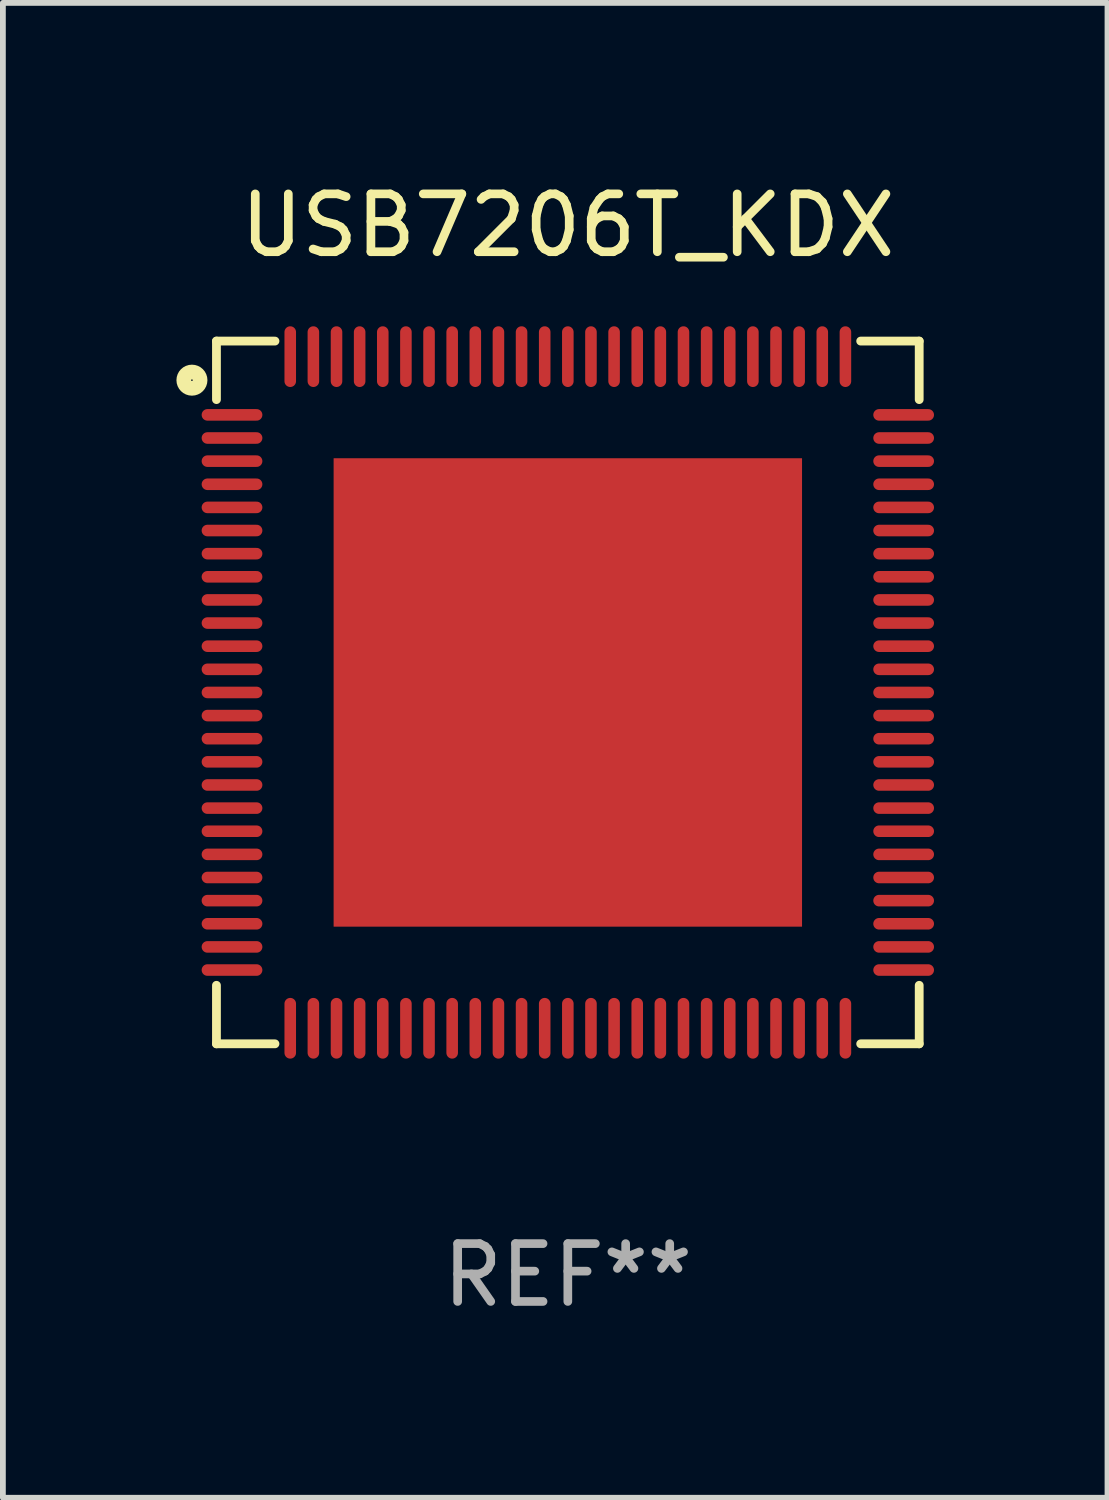
<source format=kicad_pcb>
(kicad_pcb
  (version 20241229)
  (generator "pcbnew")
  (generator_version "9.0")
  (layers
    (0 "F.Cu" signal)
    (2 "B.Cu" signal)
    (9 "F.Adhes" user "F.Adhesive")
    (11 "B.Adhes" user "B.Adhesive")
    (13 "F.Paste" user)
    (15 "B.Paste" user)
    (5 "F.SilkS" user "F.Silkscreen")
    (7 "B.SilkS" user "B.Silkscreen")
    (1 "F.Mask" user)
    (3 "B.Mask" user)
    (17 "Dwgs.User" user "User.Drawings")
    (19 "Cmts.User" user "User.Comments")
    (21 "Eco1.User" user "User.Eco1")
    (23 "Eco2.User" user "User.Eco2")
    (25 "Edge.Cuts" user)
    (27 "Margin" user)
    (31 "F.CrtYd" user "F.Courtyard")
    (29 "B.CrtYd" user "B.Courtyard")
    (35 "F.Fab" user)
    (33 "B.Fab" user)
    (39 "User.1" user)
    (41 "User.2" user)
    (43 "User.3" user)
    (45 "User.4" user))
  (footprint "USB7206T_KDX"
    (layer "F.Cu")
    (at 6.769 8.924)
    (property "Reference" "USB7206T_KDX" (at 0 -8.076 0) (layer "F.SilkS") (effects (font (size 1 1) (thickness 0.15))))
    (attr through_hole)
    (fp_line (start -6.076 -6.076) (end -5.064 -6.076) (stroke (width 0.152) (type solid)) (layer "F.SilkS"))
    (fp_line (start -6.076 -5.064) (end -6.076 -6.076) (stroke (width 0.152) (type solid)) (layer "F.SilkS"))
    (fp_line (start -6.076 5.064) (end -6.076 6.076) (stroke (width 0.152) (type solid)) (layer "F.SilkS"))
    (fp_line (start -6.076 6.076) (end -5.064 6.076) (stroke (width 0.152) (type solid)) (layer "F.SilkS"))
    (fp_line (start 6.076 -6.076) (end 5.064 -6.076) (stroke (width 0.152) (type solid)) (layer "F.SilkS"))
    (fp_line (start 6.076 -5.064) (end 6.076 -6.076) (stroke (width 0.152) (type solid)) (layer "F.SilkS"))
    (fp_line (start 6.076 5.064) (end 6.076 6.076) (stroke (width 0.152) (type solid)) (layer "F.SilkS"))
    (fp_line (start 6.076 6.076) (end 5.064 6.076) (stroke (width 0.152) (type solid)) (layer "F.SilkS"))
    (fp_circle (center -6.5 -5.4) (end -6.359 -5.4) (stroke (width 0.254) (type solid)) (fill no) (layer "F.SilkS"))
    (fp_text user "REF**" (at 0 10.076 0) (layer "F.Fab") (effects (font (size 1 1) (thickness 0.15))))
    (pad "1" smd oval (at -5.807 -4.8) (size 1.05 0.2) (layers "F.Cu" "F.Mask" "F.Paste"))
    (pad "2" smd oval (at -5.807 -4.4) (size 1.05 0.2) (layers "F.Cu" "F.Mask" "F.Paste"))
    (pad "3" smd oval (at -5.807 -4) (size 1.05 0.2) (layers "F.Cu" "F.Mask" "F.Paste"))
    (pad "4" smd oval (at -5.807 -3.6) (size 1.05 0.2) (layers "F.Cu" "F.Mask" "F.Paste"))
    (pad "5" smd oval (at -5.807 -3.2) (size 1.05 0.2) (layers "F.Cu" "F.Mask" "F.Paste"))
    (pad "6" smd oval (at -5.807 -2.8) (size 1.05 0.2) (layers "F.Cu" "F.Mask" "F.Paste"))
    (pad "7" smd oval (at -5.807 -2.4) (size 1.05 0.2) (layers "F.Cu" "F.Mask" "F.Paste"))
    (pad "8" smd oval (at -5.807 -2) (size 1.05 0.2) (layers "F.Cu" "F.Mask" "F.Paste"))
    (pad "9" smd oval (at -5.807 -1.6) (size 1.05 0.2) (layers "F.Cu" "F.Mask" "F.Paste"))
    (pad "10" smd oval (at -5.807 -1.2) (size 1.05 0.2) (layers "F.Cu" "F.Mask" "F.Paste"))
    (pad "11" smd oval (at -5.807 -0.8) (size 1.05 0.2) (layers "F.Cu" "F.Mask" "F.Paste"))
    (pad "12" smd oval (at -5.807 -0.4) (size 1.05 0.2) (layers "F.Cu" "F.Mask" "F.Paste"))
    (pad "13" smd oval (at -5.807 0.000025) (size 1.05 0.2) (layers "F.Cu" "F.Mask" "F.Paste"))
    (pad "14" smd oval (at -5.807 0.4) (size 1.05 0.2) (layers "F.Cu" "F.Mask" "F.Paste"))
    (pad "15" smd oval (at -5.807 0.8) (size 1.05 0.2) (layers "F.Cu" "F.Mask" "F.Paste"))
    (pad "16" smd oval (at -5.807 1.2) (size 1.05 0.2) (layers "F.Cu" "F.Mask" "F.Paste"))
    (pad "17" smd oval (at -5.807 1.6) (size 1.05 0.2) (layers "F.Cu" "F.Mask" "F.Paste"))
    (pad "18" smd oval (at -5.807 2) (size 1.05 0.2) (layers "F.Cu" "F.Mask" "F.Paste"))
    (pad "19" smd oval (at -5.807 2.4) (size 1.05 0.2) (layers "F.Cu" "F.Mask" "F.Paste"))
    (pad "20" smd oval (at -5.807 2.8) (size 1.05 0.2) (layers "F.Cu" "F.Mask" "F.Paste"))
    (pad "21" smd oval (at -5.807 3.2) (size 1.05 0.2) (layers "F.Cu" "F.Mask" "F.Paste"))
    (pad "22" smd oval (at -5.807 3.6) (size 1.05 0.2) (layers "F.Cu" "F.Mask" "F.Paste"))
    (pad "23" smd oval (at -5.807 4) (size 1.05 0.2) (layers "F.Cu" "F.Mask" "F.Paste"))
    (pad "24" smd oval (at -5.807 4.4) (size 1.05 0.2) (layers "F.Cu" "F.Mask" "F.Paste"))
    (pad "25" smd oval (at -5.807 4.8) (size 1.05 0.2) (layers "F.Cu" "F.Mask" "F.Paste"))
    (pad "26" smd oval (at -4.8 5.807) (size 0.2 1.05) (layers "F.Cu" "F.Mask" "F.Paste"))
    (pad "27" smd oval (at -4.4 5.807) (size 0.2 1.05) (layers "F.Cu" "F.Mask" "F.Paste"))
    (pad "28" smd oval (at -4 5.807) (size 0.2 1.05) (layers "F.Cu" "F.Mask" "F.Paste"))
    (pad "29" smd oval (at -3.6 5.807) (size 0.2 1.05) (layers "F.Cu" "F.Mask" "F.Paste"))
    (pad "30" smd oval (at -3.2 5.807) (size 0.2 1.05) (layers "F.Cu" "F.Mask" "F.Paste"))
    (pad "31" smd oval (at -2.8 5.807) (size 0.2 1.05) (layers "F.Cu" "F.Mask" "F.Paste"))
    (pad "32" smd oval (at -2.4 5.807) (size 0.2 1.05) (layers "F.Cu" "F.Mask" "F.Paste"))
    (pad "33" smd oval (at -2 5.807) (size 0.2 1.05) (layers "F.Cu" "F.Mask" "F.Paste"))
    (pad "34" smd oval (at -1.6 5.807) (size 0.2 1.05) (layers "F.Cu" "F.Mask" "F.Paste"))
    (pad "35" smd oval (at -1.2 5.807) (size 0.2 1.05) (layers "F.Cu" "F.Mask" "F.Paste"))
    (pad "36" smd oval (at -0.8 5.807) (size 0.2 1.05) (layers "F.Cu" "F.Mask" "F.Paste"))
    (pad "37" smd oval (at -0.4 5.807) (size 0.2 1.05) (layers "F.Cu" "F.Mask" "F.Paste"))
    (pad "38" smd oval (at -0.000025 5.807) (size 0.2 1.05) (layers "F.Cu" "F.Mask" "F.Paste"))
    (pad "39" smd oval (at 0.4 5.807) (size 0.2 1.05) (layers "F.Cu" "F.Mask" "F.Paste"))
    (pad "40" smd oval (at 0.8 5.807) (size 0.2 1.05) (layers "F.Cu" "F.Mask" "F.Paste"))
    (pad "41" smd oval (at 1.2 5.807) (size 0.2 1.05) (layers "F.Cu" "F.Mask" "F.Paste"))
    (pad "42" smd oval (at 1.6 5.807) (size 0.2 1.05) (layers "F.Cu" "F.Mask" "F.Paste"))
    (pad "43" smd oval (at 2 5.807) (size 0.2 1.05) (layers "F.Cu" "F.Mask" "F.Paste"))
    (pad "44" smd oval (at 2.4 5.807) (size 0.2 1.05) (layers "F.Cu" "F.Mask" "F.Paste"))
    (pad "45" smd oval (at 2.8 5.807) (size 0.2 1.05) (layers "F.Cu" "F.Mask" "F.Paste"))
    (pad "46" smd oval (at 3.2 5.807) (size 0.2 1.05) (layers "F.Cu" "F.Mask" "F.Paste"))
    (pad "47" smd oval (at 3.6 5.807) (size 0.2 1.05) (layers "F.Cu" "F.Mask" "F.Paste"))
    (pad "48" smd oval (at 4 5.807) (size 0.2 1.05) (layers "F.Cu" "F.Mask" "F.Paste"))
    (pad "49" smd oval (at 4.4 5.807) (size 0.2 1.05) (layers "F.Cu" "F.Mask" "F.Paste"))
    (pad "50" smd oval (at 4.8 5.807) (size 0.2 1.05) (layers "F.Cu" "F.Mask" "F.Paste"))
    (pad "51" smd oval (at 5.807 4.8) (size 1.05 0.2) (layers "F.Cu" "F.Mask" "F.Paste"))
    (pad "52" smd oval (at 5.807 4.4) (size 1.05 0.2) (layers "F.Cu" "F.Mask" "F.Paste"))
    (pad "53" smd oval (at 5.807 4) (size 1.05 0.2) (layers "F.Cu" "F.Mask" "F.Paste"))
    (pad "54" smd oval (at 5.807 3.6) (size 1.05 0.2) (layers "F.Cu" "F.Mask" "F.Paste"))
    (pad "55" smd oval (at 5.807 3.2) (size 1.05 0.2) (layers "F.Cu" "F.Mask" "F.Paste"))
    (pad "56" smd oval (at 5.807 2.8) (size 1.05 0.2) (layers "F.Cu" "F.Mask" "F.Paste"))
    (pad "57" smd oval (at 5.807 2.4) (size 1.05 0.2) (layers "F.Cu" "F.Mask" "F.Paste"))
    (pad "58" smd oval (at 5.807 2) (size 1.05 0.2) (layers "F.Cu" "F.Mask" "F.Paste"))
    (pad "59" smd oval (at 5.807 1.6) (size 1.05 0.2) (layers "F.Cu" "F.Mask" "F.Paste"))
    (pad "60" smd oval (at 5.807 1.2) (size 1.05 0.2) (layers "F.Cu" "F.Mask" "F.Paste"))
    (pad "61" smd oval (at 5.807 0.8) (size 1.05 0.2) (layers "F.Cu" "F.Mask" "F.Paste"))
    (pad "62" smd oval (at 5.807 0.4) (size 1.05 0.2) (layers "F.Cu" "F.Mask" "F.Paste"))
    (pad "63" smd oval (at 5.807 0.000025) (size 1.05 0.2) (layers "F.Cu" "F.Mask" "F.Paste"))
    (pad "64" smd oval (at 5.807 -0.4) (size 1.05 0.2) (layers "F.Cu" "F.Mask" "F.Paste"))
    (pad "65" smd oval (at 5.807 -0.8) (size 1.05 0.2) (layers "F.Cu" "F.Mask" "F.Paste"))
    (pad "66" smd oval (at 5.807 -1.2) (size 1.05 0.2) (layers "F.Cu" "F.Mask" "F.Paste"))
    (pad "67" smd oval (at 5.807 -1.6) (size 1.05 0.2) (layers "F.Cu" "F.Mask" "F.Paste"))
    (pad "68" smd oval (at 5.807 -2) (size 1.05 0.2) (layers "F.Cu" "F.Mask" "F.Paste"))
    (pad "69" smd oval (at 5.807 -2.4) (size 1.05 0.2) (layers "F.Cu" "F.Mask" "F.Paste"))
    (pad "70" smd oval (at 5.807 -2.8) (size 1.05 0.2) (layers "F.Cu" "F.Mask" "F.Paste"))
    (pad "71" smd oval (at 5.807 -3.2) (size 1.05 0.2) (layers "F.Cu" "F.Mask" "F.Paste"))
    (pad "72" smd oval (at 5.807 -3.6) (size 1.05 0.2) (layers "F.Cu" "F.Mask" "F.Paste"))
    (pad "73" smd oval (at 5.807 -4) (size 1.05 0.2) (layers "F.Cu" "F.Mask" "F.Paste"))
    (pad "74" smd oval (at 5.807 -4.4) (size 1.05 0.2) (layers "F.Cu" "F.Mask" "F.Paste"))
    (pad "75" smd oval (at 5.807 -4.8) (size 1.05 0.2) (layers "F.Cu" "F.Mask" "F.Paste"))
    (pad "76" smd oval (at 4.8 -5.807) (size 0.2 1.05) (layers "F.Cu" "F.Mask" "F.Paste"))
    (pad "77" smd oval (at 4.4 -5.807) (size 0.2 1.05) (layers "F.Cu" "F.Mask" "F.Paste"))
    (pad "78" smd oval (at 4 -5.807) (size 0.2 1.05) (layers "F.Cu" "F.Mask" "F.Paste"))
    (pad "79" smd oval (at 3.6 -5.807) (size 0.2 1.05) (layers "F.Cu" "F.Mask" "F.Paste"))
    (pad "80" smd oval (at 3.2 -5.807) (size 0.2 1.05) (layers "F.Cu" "F.Mask" "F.Paste"))
    (pad "81" smd oval (at 2.8 -5.807) (size 0.2 1.05) (layers "F.Cu" "F.Mask" "F.Paste"))
    (pad "82" smd oval (at 2.4 -5.807) (size 0.2 1.05) (layers "F.Cu" "F.Mask" "F.Paste"))
    (pad "83" smd oval (at 2 -5.807) (size 0.2 1.05) (layers "F.Cu" "F.Mask" "F.Paste"))
    (pad "84" smd oval (at 1.6 -5.807) (size 0.2 1.05) (layers "F.Cu" "F.Mask" "F.Paste"))
    (pad "85" smd oval (at 1.2 -5.807) (size 0.2 1.05) (layers "F.Cu" "F.Mask" "F.Paste"))
    (pad "86" smd oval (at 0.8 -5.807) (size 0.2 1.05) (layers "F.Cu" "F.Mask" "F.Paste"))
    (pad "87" smd oval (at 0.4 -5.807) (size 0.2 1.05) (layers "F.Cu" "F.Mask" "F.Paste"))
    (pad "88" smd oval (at -0.000025 -5.807) (size 0.2 1.05) (layers "F.Cu" "F.Mask" "F.Paste"))
    (pad "89" smd oval (at -0.4 -5.807) (size 0.2 1.05) (layers "F.Cu" "F.Mask" "F.Paste"))
    (pad "90" smd oval (at -0.8 -5.807) (size 0.2 1.05) (layers "F.Cu" "F.Mask" "F.Paste"))
    (pad "91" smd oval (at -1.2 -5.807) (size 0.2 1.05) (layers "F.Cu" "F.Mask" "F.Paste"))
    (pad "92" smd oval (at -1.6 -5.807) (size 0.2 1.05) (layers "F.Cu" "F.Mask" "F.Paste"))
    (pad "93" smd oval (at -2 -5.807) (size 0.2 1.05) (layers "F.Cu" "F.Mask" "F.Paste"))
    (pad "94" smd oval (at -2.4 -5.807) (size 0.2 1.05) (layers "F.Cu" "F.Mask" "F.Paste"))
    (pad "95" smd oval (at -2.8 -5.807) (size 0.2 1.05) (layers "F.Cu" "F.Mask" "F.Paste"))
    (pad "96" smd oval (at -3.2 -5.807) (size 0.2 1.05) (layers "F.Cu" "F.Mask" "F.Paste"))
    (pad "97" smd oval (at -3.6 -5.807) (size 0.2 1.05) (layers "F.Cu" "F.Mask" "F.Paste"))
    (pad "98" smd oval (at -4 -5.807) (size 0.2 1.05) (layers "F.Cu" "F.Mask" "F.Paste"))
    (pad "99" smd oval (at -4.4 -5.807) (size 0.2 1.05) (layers "F.Cu" "F.Mask" "F.Paste"))
    (pad "100" smd oval (at -4.8 -5.807) (size 0.2 1.05) (layers "F.Cu" "F.Mask" "F.Paste"))
    (pad "101" smd rect (at -0.000025 0.000025) (size 8.1 8.1) (layers "F.Cu" "F.Mask" "F.Paste")))
  (gr_rect
    (start -3 -3)
    (end 16.101 22.849)
    (stroke (width 0.1) (type default))
    (fill no)
    (layer "Edge.Cuts")))
</source>
